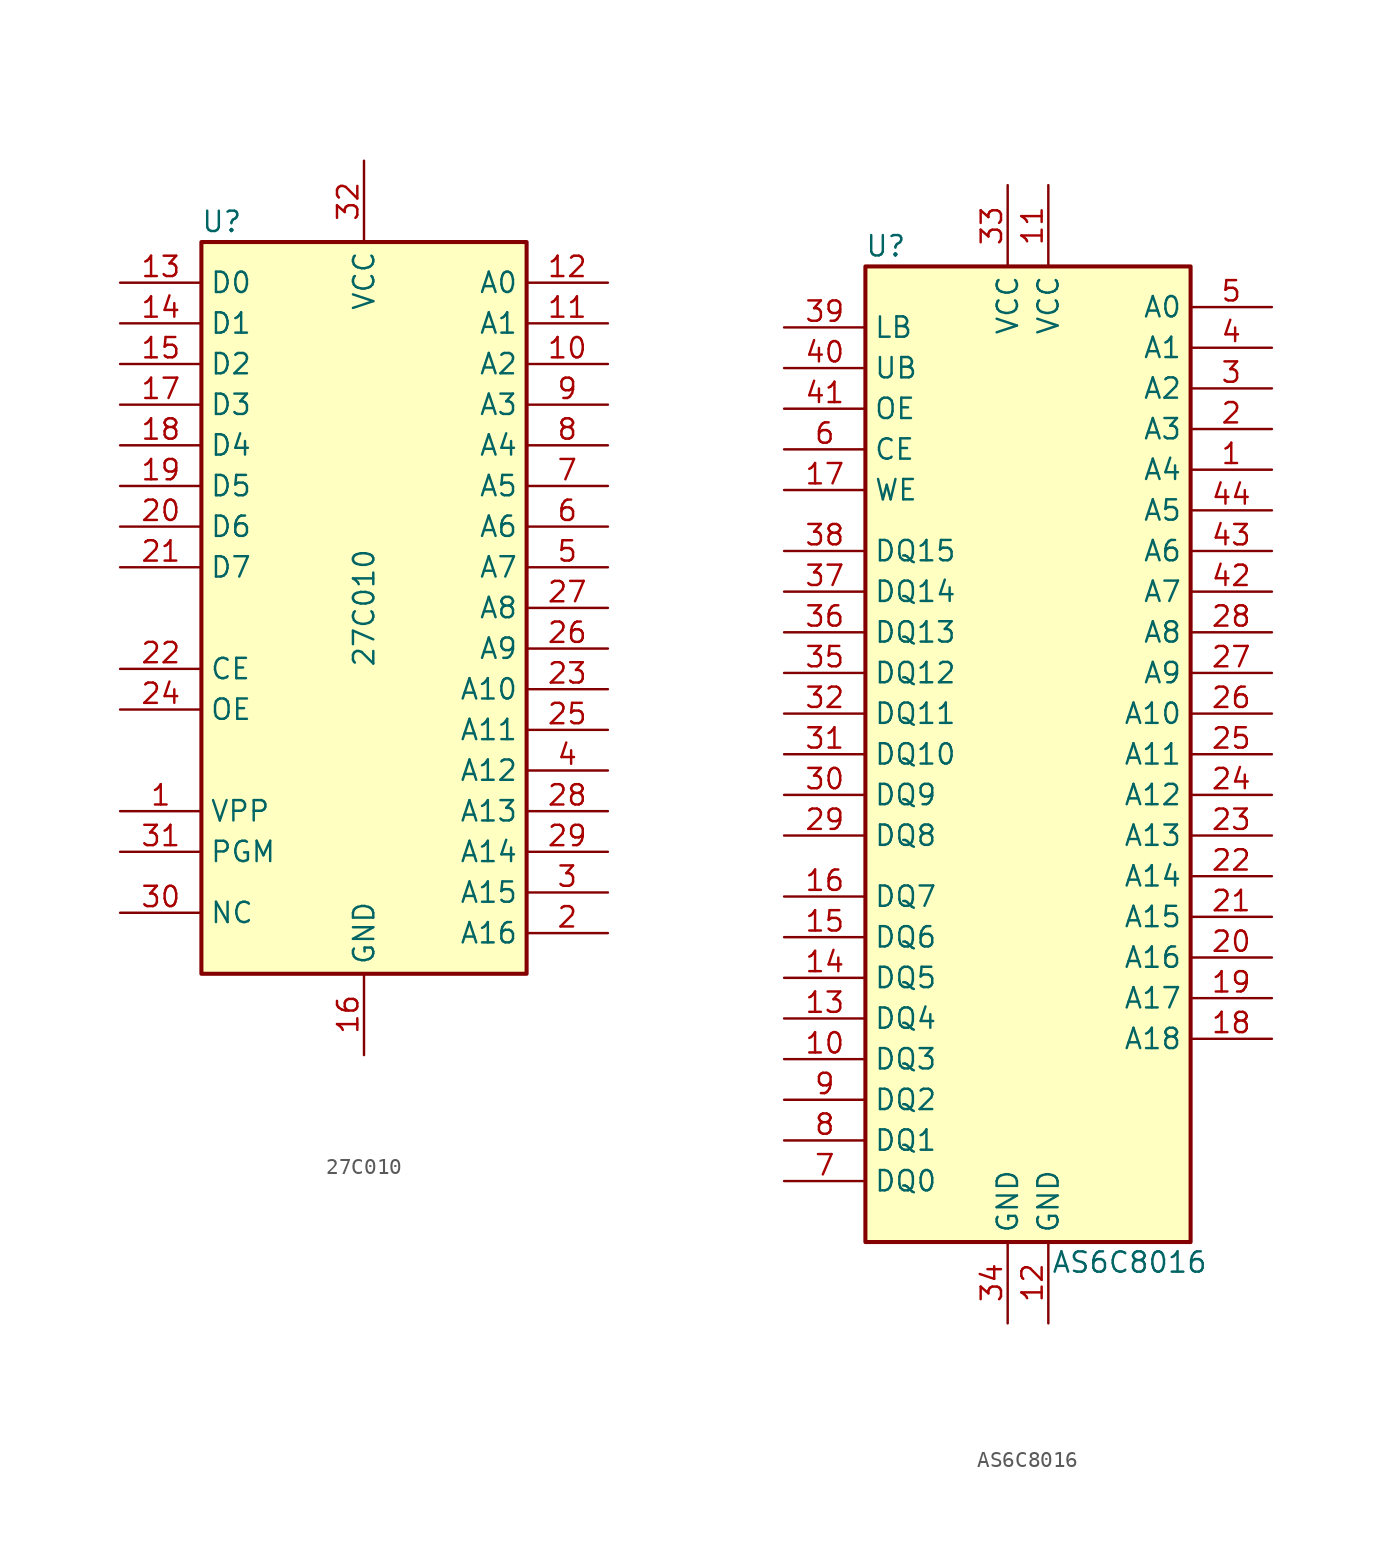
<source format=kicad_sym>
(kicad_symbol_lib
  (version 20211014)
  (generator kicad_symbol_editor)
  (symbol "27C010"
    (property "Reference" "U"
      (at -8.89 24.13 0)
      (effects (font (size 1.27 1.27))))
    (property "Value" "27C010"
      (at 0 0 90)
      (effects (font (size 1.27 1.27))))
    (symbol "27C010_0_1"
      (rectangle (start -10.16 22.86) (end 10.16 -22.86) (stroke (width 0.254) (type default) (color 0 0 0 0)) (fill (type background))))
    (symbol "27C010_1_1"
      (pin input line (at -15.24 -12.7 0) (length 5.08) (name "VPP" (effects (font (size 1.27 1.27)))) (number "1" (effects (font (size 1.27 1.27)))))
      (pin input line (at 15.24 15.24 180) (length 5.08) (name "A2" (effects (font (size 1.27 1.27)))) (number "10" (effects (font (size 1.27 1.27)))))
      (pin input line (at 15.24 17.78 180) (length 5.08) (name "A1" (effects (font (size 1.27 1.27)))) (number "11" (effects (font (size 1.27 1.27)))))
      (pin input line (at 15.24 20.32 180) (length 5.08) (name "A0" (effects (font (size 1.27 1.27)))) (number "12" (effects (font (size 1.27 1.27)))))
      (pin output line (at -15.24 20.32 0) (length 5.08) (name "D0" (effects (font (size 1.27 1.27)))) (number "13" (effects (font (size 1.27 1.27)))))
      (pin output line (at -15.24 17.78 0) (length 5.08) (name "D1" (effects (font (size 1.27 1.27)))) (number "14" (effects (font (size 1.27 1.27)))))
      (pin output line (at -15.24 15.24 0) (length 5.08) (name "D2" (effects (font (size 1.27 1.27)))) (number "15" (effects (font (size 1.27 1.27)))))
      (pin power_in line (at 0 -27.94 90) (length 5.08) (name "GND" (effects (font (size 1.27 1.27)))) (number "16" (effects (font (size 1.27 1.27)))))
      (pin output line (at -15.24 12.7 0) (length 5.08) (name "D3" (effects (font (size 1.27 1.27)))) (number "17" (effects (font (size 1.27 1.27)))))
      (pin output line (at -15.24 10.16 0) (length 5.08) (name "D4" (effects (font (size 1.27 1.27)))) (number "18" (effects (font (size 1.27 1.27)))))
      (pin output line (at -15.24 7.62 0) (length 5.08) (name "D5" (effects (font (size 1.27 1.27)))) (number "19" (effects (font (size 1.27 1.27)))))
      (pin input line (at 15.24 -20.32 180) (length 5.08) (name "A16" (effects (font (size 1.27 1.27)))) (number "2" (effects (font (size 1.27 1.27)))))
      (pin output line (at -15.24 5.08 0) (length 5.08) (name "D6" (effects (font (size 1.27 1.27)))) (number "20" (effects (font (size 1.27 1.27)))))
      (pin output line (at -15.24 2.54 0) (length 5.08) (name "D7" (effects (font (size 1.27 1.27)))) (number "21" (effects (font (size 1.27 1.27)))))
      (pin input line (at -15.24 -3.81 0) (length 5.08) (name "CE" (effects (font (size 1.27 1.27)))) (number "22" (effects (font (size 1.27 1.27)))))
      (pin input line (at 15.24 -5.08 180) (length 5.08) (name "A10" (effects (font (size 1.27 1.27)))) (number "23" (effects (font (size 1.27 1.27)))))
      (pin input line (at -15.24 -6.35 0) (length 5.08) (name "OE" (effects (font (size 1.27 1.27)))) (number "24" (effects (font (size 1.27 1.27)))))
      (pin input line (at 15.24 -7.62 180) (length 5.08) (name "A11" (effects (font (size 1.27 1.27)))) (number "25" (effects (font (size 1.27 1.27)))))
      (pin input line (at 15.24 -2.54 180) (length 5.08) (name "A9" (effects (font (size 1.27 1.27)))) (number "26" (effects (font (size 1.27 1.27)))))
      (pin input line (at 15.24 0 180) (length 5.08) (name "A8" (effects (font (size 1.27 1.27)))) (number "27" (effects (font (size 1.27 1.27)))))
      (pin input line (at 15.24 -12.7 180) (length 5.08) (name "A13" (effects (font (size 1.27 1.27)))) (number "28" (effects (font (size 1.27 1.27)))))
      (pin input line (at 15.24 -15.24 180) (length 5.08) (name "A14" (effects (font (size 1.27 1.27)))) (number "29" (effects (font (size 1.27 1.27)))))
      (pin input line (at 15.24 -17.78 180) (length 5.08) (name "A15" (effects (font (size 1.27 1.27)))) (number "3" (effects (font (size 1.27 1.27)))))
      (pin unspecified line (at -15.24 -19.05 0) (length 5.08) (name "NC" (effects (font (size 1.27 1.27)))) (number "30" (effects (font (size 1.27 1.27)))))
      (pin input line (at -15.24 -15.24 0) (length 5.08) (name "PGM" (effects (font (size 1.27 1.27)))) (number "31" (effects (font (size 1.27 1.27)))))
      (pin power_in line (at 0 27.94 270) (length 5.08) (name "VCC" (effects (font (size 1.27 1.27)))) (number "32" (effects (font (size 1.27 1.27)))))
      (pin input line (at 15.24 -10.16 180) (length 5.08) (name "A12" (effects (font (size 1.27 1.27)))) (number "4" (effects (font (size 1.27 1.27)))))
      (pin input line (at 15.24 2.54 180) (length 5.08) (name "A7" (effects (font (size 1.27 1.27)))) (number "5" (effects (font (size 1.27 1.27)))))
      (pin input line (at 15.24 5.08 180) (length 5.08) (name "A6" (effects (font (size 1.27 1.27)))) (number "6" (effects (font (size 1.27 1.27)))))
      (pin input line (at 15.24 7.62 180) (length 5.08) (name "A5" (effects (font (size 1.27 1.27)))) (number "7" (effects (font (size 1.27 1.27)))))
      (pin input line (at 15.24 10.16 180) (length 5.08) (name "A4" (effects (font (size 1.27 1.27)))) (number "8" (effects (font (size 1.27 1.27)))))
      (pin input line (at 15.24 12.7 180) (length 5.08) (name "A3" (effects (font (size 1.27 1.27)))) (number "9" (effects (font (size 1.27 1.27)))))))
  (symbol "AS6C8016"
    (property "Reference" "U"
      (at -8.89 31.75 0)
      (effects (font (size 1.27 1.27))))
    (property "Value" "AS6C8016"
      (at 6.35 -31.75 0)
      (effects (font (size 1.27 1.27))))
    (symbol "AS6C8016_0_1"
      (rectangle (start -10.16 30.48) (end 10.16 -30.48) (stroke (width 0.254) (type default) (color 0 0 0 0)) (fill (type background))))
    (symbol "AS6C8016_1_1"
      (pin input line (at 15.24 17.78 180) (length 5.08) (name "A4" (effects (font (size 1.27 1.27)))) (number "1" (effects (font (size 1.27 1.27)))))
      (pin bidirectional line (at -15.24 -19.05 0) (length 5.08) (name "DQ3" (effects (font (size 1.27 1.27)))) (number "10" (effects (font (size 1.27 1.27)))))
      (pin power_in line (at 1.27 35.56 270) (length 5.08) (name "VCC" (effects (font (size 1.27 1.27)))) (number "11" (effects (font (size 1.27 1.27)))))
      (pin power_in line (at 1.27 -35.56 90) (length 5.08) (name "GND" (effects (font (size 1.27 1.27)))) (number "12" (effects (font (size 1.27 1.27)))))
      (pin bidirectional line (at -15.24 -16.51 0) (length 5.08) (name "DQ4" (effects (font (size 1.27 1.27)))) (number "13" (effects (font (size 1.27 1.27)))))
      (pin bidirectional line (at -15.24 -13.97 0) (length 5.08) (name "DQ5" (effects (font (size 1.27 1.27)))) (number "14" (effects (font (size 1.27 1.27)))))
      (pin bidirectional line (at -15.24 -11.43 0) (length 5.08) (name "DQ6" (effects (font (size 1.27 1.27)))) (number "15" (effects (font (size 1.27 1.27)))))
      (pin bidirectional line (at -15.24 -8.89 0) (length 5.08) (name "DQ7" (effects (font (size 1.27 1.27)))) (number "16" (effects (font (size 1.27 1.27)))))
      (pin input line (at -15.24 16.51 0) (length 5.08) (name "WE" (effects (font (size 1.27 1.27)))) (number "17" (effects (font (size 1.27 1.27)))))
      (pin input line (at 15.24 -17.78 180) (length 5.08) (name "A18" (effects (font (size 1.27 1.27)))) (number "18" (effects (font (size 1.27 1.27)))))
      (pin input line (at 15.24 -15.24 180) (length 5.08) (name "A17" (effects (font (size 1.27 1.27)))) (number "19" (effects (font (size 1.27 1.27)))))
      (pin input line (at 15.24 20.32 180) (length 5.08) (name "A3" (effects (font (size 1.27 1.27)))) (number "2" (effects (font (size 1.27 1.27)))))
      (pin input line (at 15.24 -12.7 180) (length 5.08) (name "A16" (effects (font (size 1.27 1.27)))) (number "20" (effects (font (size 1.27 1.27)))))
      (pin input line (at 15.24 -10.16 180) (length 5.08) (name "A15" (effects (font (size 1.27 1.27)))) (number "21" (effects (font (size 1.27 1.27)))))
      (pin input line (at 15.24 -7.62 180) (length 5.08) (name "A14" (effects (font (size 1.27 1.27)))) (number "22" (effects (font (size 1.27 1.27)))))
      (pin input line (at 15.24 -5.08 180) (length 5.08) (name "A13" (effects (font (size 1.27 1.27)))) (number "23" (effects (font (size 1.27 1.27)))))
      (pin input line (at 15.24 -2.54 180) (length 5.08) (name "A12" (effects (font (size 1.27 1.27)))) (number "24" (effects (font (size 1.27 1.27)))))
      (pin input line (at 15.24 0 180) (length 5.08) (name "A11" (effects (font (size 1.27 1.27)))) (number "25" (effects (font (size 1.27 1.27)))))
      (pin input line (at 15.24 2.54 180) (length 5.08) (name "A10" (effects (font (size 1.27 1.27)))) (number "26" (effects (font (size 1.27 1.27)))))
      (pin input line (at 15.24 5.08 180) (length 5.08) (name "A9" (effects (font (size 1.27 1.27)))) (number "27" (effects (font (size 1.27 1.27)))))
      (pin input line (at 15.24 7.62 180) (length 5.08) (name "A8" (effects (font (size 1.27 1.27)))) (number "28" (effects (font (size 1.27 1.27)))))
      (pin bidirectional line (at -15.24 -5.08 0) (length 5.08) (name "DQ8" (effects (font (size 1.27 1.27)))) (number "29" (effects (font (size 1.27 1.27)))))
      (pin input line (at 15.24 22.86 180) (length 5.08) (name "A2" (effects (font (size 1.27 1.27)))) (number "3" (effects (font (size 1.27 1.27)))))
      (pin bidirectional line (at -15.24 -2.54 0) (length 5.08) (name "DQ9" (effects (font (size 1.27 1.27)))) (number "30" (effects (font (size 1.27 1.27)))))
      (pin bidirectional line (at -15.24 0 0) (length 5.08) (name "DQ10" (effects (font (size 1.27 1.27)))) (number "31" (effects (font (size 1.27 1.27)))))
      (pin bidirectional line (at -15.24 2.54 0) (length 5.08) (name "DQ11" (effects (font (size 1.27 1.27)))) (number "32" (effects (font (size 1.27 1.27)))))
      (pin power_in line (at -1.27 35.56 270) (length 5.08) (name "VCC" (effects (font (size 1.27 1.27)))) (number "33" (effects (font (size 1.27 1.27)))))
      (pin power_in line (at -1.27 -35.56 90) (length 5.08) (name "GND" (effects (font (size 1.27 1.27)))) (number "34" (effects (font (size 1.27 1.27)))))
      (pin bidirectional line (at -15.24 5.08 0) (length 5.08) (name "DQ12" (effects (font (size 1.27 1.27)))) (number "35" (effects (font (size 1.27 1.27)))))
      (pin bidirectional line (at -15.24 7.62 0) (length 5.08) (name "DQ13" (effects (font (size 1.27 1.27)))) (number "36" (effects (font (size 1.27 1.27)))))
      (pin bidirectional line (at -15.24 10.16 0) (length 5.08) (name "DQ14" (effects (font (size 1.27 1.27)))) (number "37" (effects (font (size 1.27 1.27)))))
      (pin bidirectional line (at -15.24 12.7 0) (length 5.08) (name "DQ15" (effects (font (size 1.27 1.27)))) (number "38" (effects (font (size 1.27 1.27)))))
      (pin input line (at -15.24 26.67 0) (length 5.08) (name "LB" (effects (font (size 1.27 1.27)))) (number "39" (effects (font (size 1.27 1.27)))))
      (pin input line (at 15.24 25.4 180) (length 5.08) (name "A1" (effects (font (size 1.27 1.27)))) (number "4" (effects (font (size 1.27 1.27)))))
      (pin input line (at -15.24 24.13 0) (length 5.08) (name "UB" (effects (font (size 1.27 1.27)))) (number "40" (effects (font (size 1.27 1.27)))))
      (pin input line (at -15.24 21.59 0) (length 5.08) (name "OE" (effects (font (size 1.27 1.27)))) (number "41" (effects (font (size 1.27 1.27)))))
      (pin input line (at 15.24 10.16 180) (length 5.08) (name "A7" (effects (font (size 1.27 1.27)))) (number "42" (effects (font (size 1.27 1.27)))))
      (pin input line (at 15.24 12.7 180) (length 5.08) (name "A6" (effects (font (size 1.27 1.27)))) (number "43" (effects (font (size 1.27 1.27)))))
      (pin input line (at 15.24 15.24 180) (length 5.08) (name "A5" (effects (font (size 1.27 1.27)))) (number "44" (effects (font (size 1.27 1.27)))))
      (pin input line (at 15.24 27.94 180) (length 5.08) (name "A0" (effects (font (size 1.27 1.27)))) (number "5" (effects (font (size 1.27 1.27)))))
      (pin input line (at -15.24 19.05 0) (length 5.08) (name "CE" (effects (font (size 1.27 1.27)))) (number "6" (effects (font (size 1.27 1.27)))))
      (pin bidirectional line (at -15.24 -26.67 0) (length 5.08) (name "DQ0" (effects (font (size 1.27 1.27)))) (number "7" (effects (font (size 1.27 1.27)))))
      (pin bidirectional line (at -15.24 -24.13 0) (length 5.08) (name "DQ1" (effects (font (size 1.27 1.27)))) (number "8" (effects (font (size 1.27 1.27)))))
      (pin bidirectional line (at -15.24 -21.59 0) (length 5.08) (name "DQ2" (effects (font (size 1.27 1.27)))) (number "9" (effects (font (size 1.27 1.27))))))))
</source>
